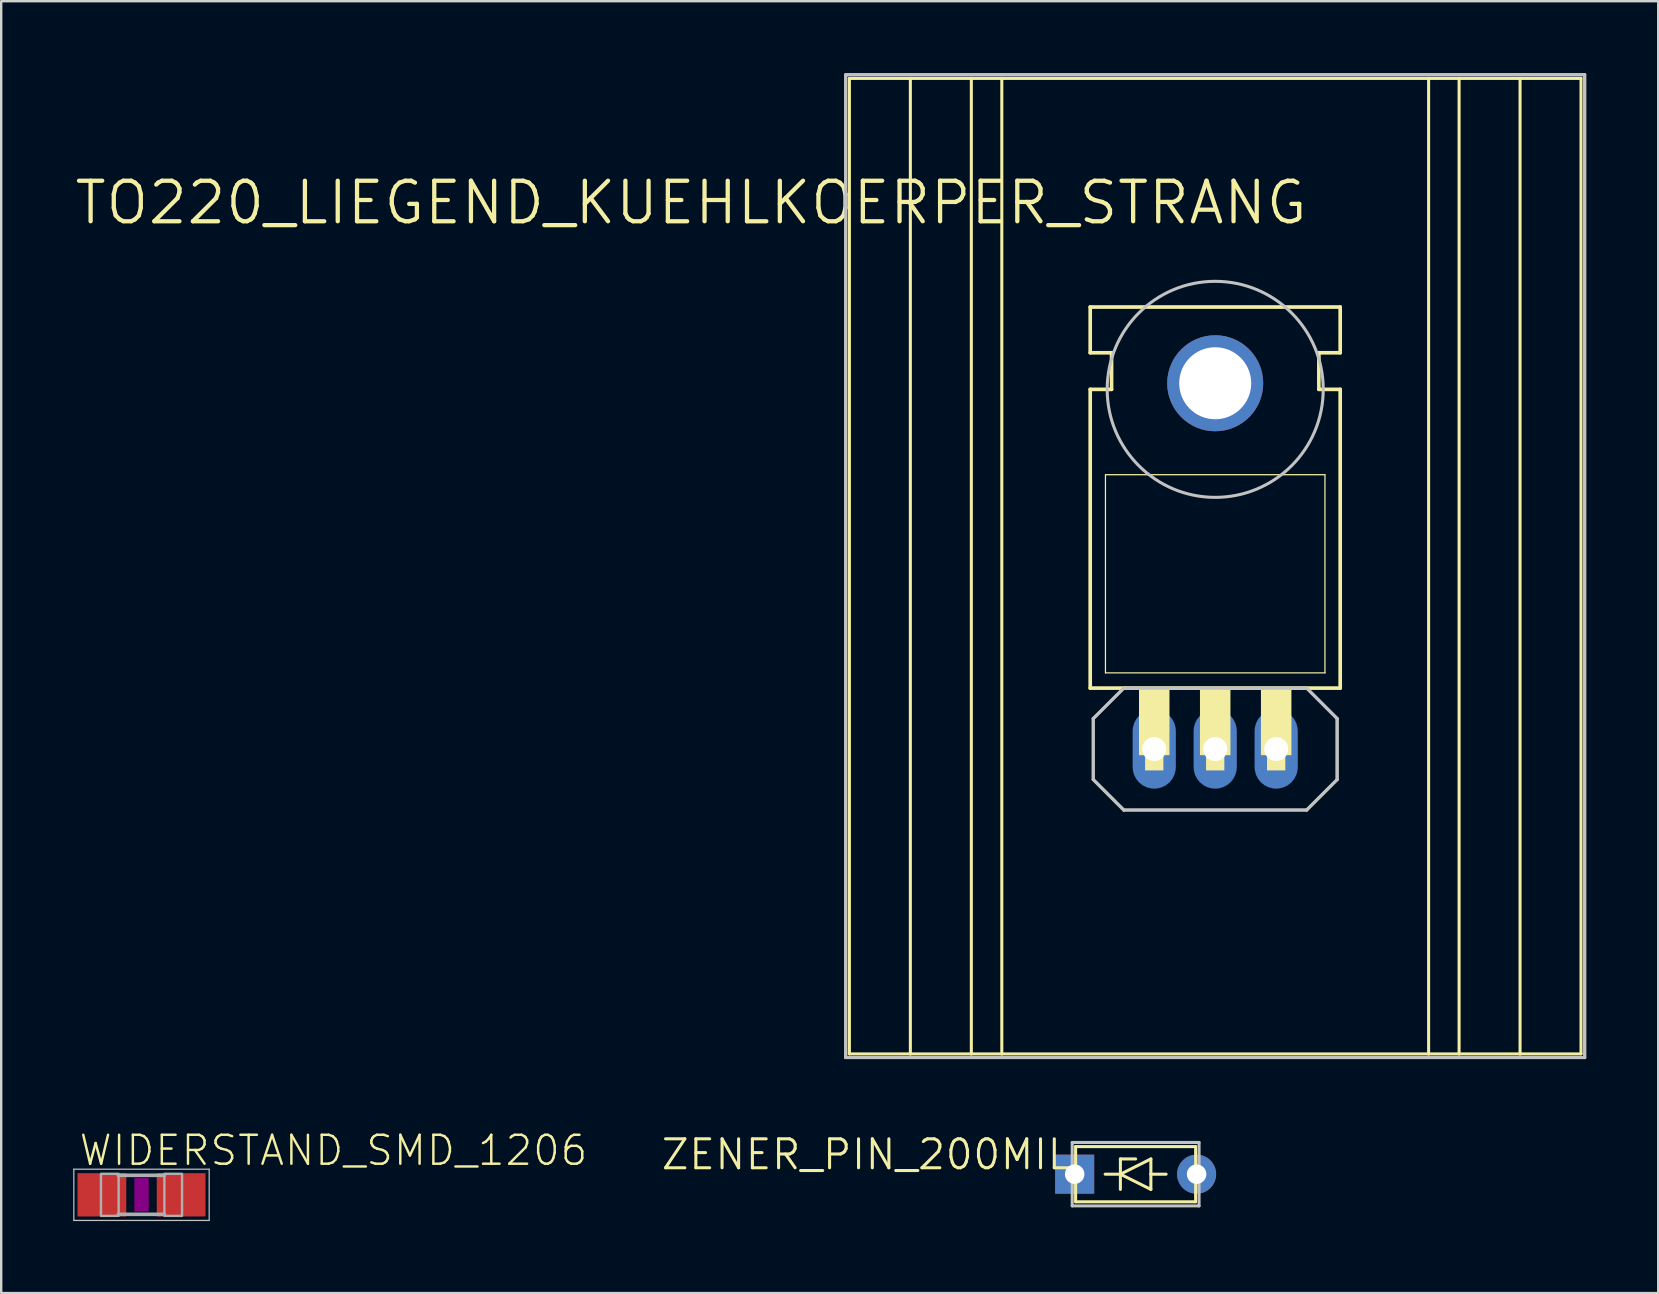
<source format=kicad_pcb>
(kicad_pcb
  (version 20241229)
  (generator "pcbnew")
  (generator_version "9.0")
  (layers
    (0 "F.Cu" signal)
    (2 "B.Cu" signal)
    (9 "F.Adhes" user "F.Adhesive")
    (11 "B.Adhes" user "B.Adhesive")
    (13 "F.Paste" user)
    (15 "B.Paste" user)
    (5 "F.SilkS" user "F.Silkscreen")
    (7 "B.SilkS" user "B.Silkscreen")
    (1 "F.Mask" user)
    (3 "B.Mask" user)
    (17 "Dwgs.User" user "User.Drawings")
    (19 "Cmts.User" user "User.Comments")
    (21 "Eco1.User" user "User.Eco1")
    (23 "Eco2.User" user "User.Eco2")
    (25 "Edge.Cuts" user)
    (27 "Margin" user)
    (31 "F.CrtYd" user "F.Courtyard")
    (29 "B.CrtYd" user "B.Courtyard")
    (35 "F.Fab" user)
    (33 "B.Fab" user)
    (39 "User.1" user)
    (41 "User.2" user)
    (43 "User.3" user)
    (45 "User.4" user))
  (footprint "WIDERSTAND_SMD_1206"
    (layer "F.Cu")
    (at 2.845 46.726)
    (property "Reference" "WIDERSTAND_SMD_1206" (at -2.667 -1.143 0) (layer "F.SilkS") (effects (font (size 1.206 1.206) (thickness 0.102)) (justify left bottom)))
    (attr through_hole)
    (fp_poly (pts (xy -0.3 0.7) (xy 0.3 0.7) (xy 0.3 -0.7) (xy -0.3 -0.7)) (stroke (width 0) (type solid)) (fill yes) (layer "F.Adhes"))
    (fp_line (start -2.819 -1.067) (end 2.819 -1.067) (stroke (width 0.051) (type solid)) (layer "Dwgs.User"))
    (fp_line (start -2.819 1.067) (end -2.819 -1.067) (stroke (width 0.051) (type solid)) (layer "Dwgs.User"))
    (fp_line (start 2.819 -1.067) (end 2.819 1.067) (stroke (width 0.051) (type solid)) (layer "Dwgs.User"))
    (fp_line (start 2.819 1.067) (end -2.819 1.067) (stroke (width 0.051) (type solid)) (layer "Dwgs.User"))
    (fp_line (start 0.953 -0.813) (end -0.965 -0.813) (stroke (width 0.152) (type solid)) (layer "F.Fab"))
    (fp_line (start 0.953 0.813) (end -0.965 0.813) (stroke (width 0.152) (type solid)) (layer "F.Fab"))
    (fp_poly (pts (xy -1.689 0.876) (xy -0.953 0.876) (xy -0.953 -0.876) (xy -1.689 -0.876)) (stroke (width 0.1) (type solid)) (fill no) (layer "F.Fab"))
    (fp_poly (pts (xy 0.953 0.876) (xy 1.689 0.876) (xy 1.689 -0.876) (xy 0.953 -0.876)) (stroke (width 0.1) (type solid)) (fill no) (layer "F.Fab"))
    (pad "1" smd rect (at -1.651 0) (size 2.032 1.803) (layers "F.Cu" "F.Mask" "F.Paste"))
    (pad "2" smd rect (at 1.651 0) (size 2.032 1.803) (layers "F.Cu" "F.Mask" "F.Paste")))
  (footprint "TO220_LIEGEND_KUEHLKOERPER_STRANG"
    (layer "F.Cu")
    (at 47.575 17.996)
    (property "Reference" "TO220_LIEGEND_KUEHLKOERPER_STRANG" (at 3.937 -13.589 0) (layer "F.SilkS") (effects (font (size 1.689 1.689) (thickness 0.178)) (justify right top)))
    (attr through_hole)
    (fp_line (start -15.24 -17.78) (end -15.24 22.86) (stroke (width 0.127) (type solid)) (layer "F.SilkS"))
    (fp_line (start -15.24 -17.78) (end -12.7 -17.78) (stroke (width 0.127) (type solid)) (layer "F.SilkS"))
    (fp_line (start -15.24 22.86) (end -12.7 22.86) (stroke (width 0.127) (type solid)) (layer "F.SilkS"))
    (fp_line (start -12.7 -17.78) (end -12.7 22.86) (stroke (width 0.127) (type solid)) (layer "F.SilkS"))
    (fp_line (start -12.7 -17.78) (end -10.16 -17.78) (stroke (width 0.127) (type solid)) (layer "F.SilkS"))
    (fp_line (start -12.7 22.86) (end -10.16 22.86) (stroke (width 0.127) (type solid)) (layer "F.SilkS"))
    (fp_line (start -10.16 -17.78) (end -10.16 22.86) (stroke (width 0.127) (type solid)) (layer "F.SilkS"))
    (fp_line (start -10.16 -17.78) (end -8.89 -17.78) (stroke (width 0.127) (type solid)) (layer "F.SilkS"))
    (fp_line (start -10.16 22.86) (end -8.89 22.86) (stroke (width 0.127) (type solid)) (layer "F.SilkS"))
    (fp_line (start -8.89 -17.78) (end -8.89 22.86) (stroke (width 0.127) (type solid)) (layer "F.SilkS"))
    (fp_line (start -8.89 -17.78) (end 8.89 -17.78) (stroke (width 0.127) (type solid)) (layer "F.SilkS"))
    (fp_line (start -8.89 22.86) (end 8.89 22.86) (stroke (width 0.127) (type solid)) (layer "F.SilkS"))
    (fp_line (start -5.207 -6.35) (end -5.207 -8.255) (stroke (width 0.152) (type solid)) (layer "F.SilkS"))
    (fp_line (start -5.207 -4.826) (end -4.318 -4.826) (stroke (width 0.152) (type solid)) (layer "F.SilkS"))
    (fp_line (start -5.207 7.62) (end -5.207 -4.826) (stroke (width 0.152) (type solid)) (layer "F.SilkS"))
    (fp_line (start -5.207 7.62) (end 5.207 7.62) (stroke (width 0.152) (type solid)) (layer "F.SilkS"))
    (fp_line (start -4.572 6.985) (end -4.572 -1.27) (stroke (width 0.051) (type solid)) (layer "F.SilkS"))
    (fp_line (start -4.572 6.985) (end 4.572 6.985) (stroke (width 0.051) (type solid)) (layer "F.SilkS"))
    (fp_line (start -4.318 -6.35) (end -5.207 -6.35) (stroke (width 0.152) (type solid)) (layer "F.SilkS"))
    (fp_line (start -4.318 -4.826) (end -4.318 -6.35) (stroke (width 0.152) (type solid)) (layer "F.SilkS"))
    (fp_line (start 4.318 -6.35) (end 5.207 -6.35) (stroke (width 0.152) (type solid)) (layer "F.SilkS"))
    (fp_line (start 4.318 -4.826) (end 4.318 -6.35) (stroke (width 0.152) (type solid)) (layer "F.SilkS"))
    (fp_line (start 4.572 -1.27) (end -4.572 -1.27) (stroke (width 0.051) (type solid)) (layer "F.SilkS"))
    (fp_line (start 4.572 -1.27) (end 4.572 6.985) (stroke (width 0.051) (type solid)) (layer "F.SilkS"))
    (fp_line (start 5.207 -8.255) (end -5.207 -8.255) (stroke (width 0.152) (type solid)) (layer "F.SilkS"))
    (fp_line (start 5.207 -6.35) (end 5.207 -8.255) (stroke (width 0.152) (type solid)) (layer "F.SilkS"))
    (fp_line (start 5.207 -4.826) (end 4.318 -4.826) (stroke (width 0.152) (type solid)) (layer "F.SilkS"))
    (fp_line (start 5.207 7.62) (end 5.207 -4.826) (stroke (width 0.152) (type solid)) (layer "F.SilkS"))
    (fp_line (start 8.89 -17.78) (end 8.89 22.86) (stroke (width 0.127) (type solid)) (layer "F.SilkS"))
    (fp_line (start 8.89 -17.78) (end 10.16 -17.78) (stroke (width 0.127) (type solid)) (layer "F.SilkS"))
    (fp_line (start 8.89 22.86) (end 10.16 22.86) (stroke (width 0.127) (type solid)) (layer "F.SilkS"))
    (fp_line (start 10.16 -17.78) (end 10.16 22.86) (stroke (width 0.127) (type solid)) (layer "F.SilkS"))
    (fp_line (start 10.16 -17.78) (end 12.7 -17.78) (stroke (width 0.127) (type solid)) (layer "F.SilkS"))
    (fp_line (start 10.16 22.86) (end 12.7 22.86) (stroke (width 0.127) (type solid)) (layer "F.SilkS"))
    (fp_line (start 12.7 -17.78) (end 12.7 22.86) (stroke (width 0.127) (type solid)) (layer "F.SilkS"))
    (fp_line (start 12.7 -17.78) (end 15.24 -17.78) (stroke (width 0.127) (type solid)) (layer "F.SilkS"))
    (fp_line (start 12.7 22.86) (end 15.24 22.86) (stroke (width 0.127) (type solid)) (layer "F.SilkS"))
    (fp_line (start 15.24 -17.78) (end 15.24 22.86) (stroke (width 0.127) (type solid)) (layer "F.SilkS"))
    (fp_poly (pts (xy -3.175 10.414) (xy -1.905 10.414) (xy -1.905 7.62) (xy -3.175 7.62)) (stroke (width 0) (type solid)) (fill yes) (layer "F.SilkS"))
    (fp_poly (pts (xy -2.921 11.049) (xy -2.159 11.049) (xy -2.159 10.414) (xy -2.921 10.414)) (stroke (width 0) (type solid)) (fill yes) (layer "F.SilkS"))
    (fp_poly (pts (xy -0.635 10.414) (xy 0.635 10.414) (xy 0.635 7.62) (xy -0.635 7.62)) (stroke (width 0) (type solid)) (fill yes) (layer "F.SilkS"))
    (fp_poly (pts (xy -0.381 11.049) (xy 0.381 11.049) (xy 0.381 10.414) (xy -0.381 10.414)) (stroke (width 0) (type solid)) (fill yes) (layer "F.SilkS"))
    (fp_poly (pts (xy 1.905 10.414) (xy 3.175 10.414) (xy 3.175 7.62) (xy 1.905 7.62)) (stroke (width 0) (type solid)) (fill yes) (layer "F.SilkS"))
    (fp_poly (pts (xy 2.159 11.049) (xy 2.921 11.049) (xy 2.921 10.414) (xy 2.159 10.414)) (stroke (width 0) (type solid)) (fill yes) (layer "F.SilkS"))
    (fp_line (start -15.392 -17.932) (end -15.392 23.012) (stroke (width 0.127) (type solid)) (layer "Dwgs.User"))
    (fp_line (start -15.392 -17.932) (end -15.392 23.012) (stroke (width 0.127) (type solid)) (layer "Dwgs.User"))
    (fp_line (start -15.392 23.012) (end 15.392 23.012) (stroke (width 0.127) (type solid)) (layer "Dwgs.User"))
    (fp_line (start -15.392 23.012) (end 15.392 23.012) (stroke (width 0.127) (type solid)) (layer "Dwgs.User"))
    (fp_line (start -5.08 8.89) (end -5.08 11.43) (stroke (width 0.127) (type solid)) (layer "Dwgs.User"))
    (fp_line (start -5.08 8.89) (end -5.08 11.43) (stroke (width 0.127) (type solid)) (layer "Dwgs.User"))
    (fp_line (start -5.08 11.43) (end -3.81 12.7) (stroke (width 0.127) (type solid)) (layer "Dwgs.User"))
    (fp_line (start -5.08 11.43) (end -3.81 12.7) (stroke (width 0.127) (type solid)) (layer "Dwgs.User"))
    (fp_line (start -3.81 7.62) (end -5.08 8.89) (stroke (width 0.127) (type solid)) (layer "Dwgs.User"))
    (fp_line (start -3.81 7.62) (end -5.08 8.89) (stroke (width 0.127) (type solid)) (layer "Dwgs.User"))
    (fp_line (start -3.81 12.7) (end 3.81 12.7) (stroke (width 0.127) (type solid)) (layer "Dwgs.User"))
    (fp_line (start -3.81 12.7) (end 3.81 12.7) (stroke (width 0.127) (type solid)) (layer "Dwgs.User"))
    (fp_line (start 3.81 7.62) (end -3.81 7.62) (stroke (width 0.127) (type solid)) (layer "Dwgs.User"))
    (fp_line (start 3.81 7.62) (end -3.81 7.62) (stroke (width 0.127) (type solid)) (layer "Dwgs.User"))
    (fp_line (start 3.81 12.7) (end 5.08 11.43) (stroke (width 0.127) (type solid)) (layer "Dwgs.User"))
    (fp_line (start 3.81 12.7) (end 5.08 11.43) (stroke (width 0.127) (type solid)) (layer "Dwgs.User"))
    (fp_line (start 5.08 8.89) (end 3.81 7.62) (stroke (width 0.127) (type solid)) (layer "Dwgs.User"))
    (fp_line (start 5.08 8.89) (end 3.81 7.62) (stroke (width 0.127) (type solid)) (layer "Dwgs.User"))
    (fp_line (start 5.08 11.43) (end 5.08 8.89) (stroke (width 0.127) (type solid)) (layer "Dwgs.User"))
    (fp_line (start 5.08 11.43) (end 5.08 8.89) (stroke (width 0.127) (type solid)) (layer "Dwgs.User"))
    (fp_line (start 15.392 -17.932) (end -15.392 -17.932) (stroke (width 0.127) (type solid)) (layer "Dwgs.User"))
    (fp_line (start 15.392 -17.932) (end -15.392 -17.932) (stroke (width 0.127) (type solid)) (layer "Dwgs.User"))
    (fp_line (start 15.392 23.012) (end 15.392 -17.932) (stroke (width 0.127) (type solid)) (layer "Dwgs.User"))
    (fp_line (start 15.392 23.012) (end 15.392 -17.932) (stroke (width 0.127) (type solid)) (layer "Dwgs.User"))
    (fp_circle (center 0 -4.826) (end 4.5 -4.826) (stroke (width 0.127) (type solid)) (fill no) (layer "Dwgs.User"))
    (pad "" np_thru_hole circle (at -2.54 10.16) (size 1 1) (drill 1) (layers "*.Cu"))
    (pad "" np_thru_hole circle (at 0 10.16) (size 1 1) (drill 1) (layers "*.Cu"))
    (pad "" np_thru_hole circle (at 2.54 10.16) (size 1 1) (drill 1) (layers "*.Cu"))
    (pad "1" smd roundrect (at -2.54 10.16 90) (size 3.3 1.8) (layers "B.Cu" "B.Mask" "B.Paste") (roundrect_rratio 0.5))
    (pad "2" smd roundrect (at 0 10.16 90) (size 3.3 1.8) (layers "B.Cu" "B.Mask" "B.Paste") (roundrect_rratio 0.5))
    (pad "3" smd roundrect (at 2.54 10.16 90) (size 3.3 1.8) (layers "B.Cu" "B.Mask" "B.Paste") (roundrect_rratio 0.5))
    (pad "P$1" thru_hole circle (at 0 -5.08) (size 4 4) (drill 3) (layers "*.Cu" "*.Mask")))
  (footprint "ZENER_PIN_200MIL"
    (layer "F.Cu")
    (at 44.26 45.866)
    (property "Reference" "ZENER_PIN_200MIL" (at -2.616 -1.524 0) (layer "F.SilkS") (effects (font (size 1.206 1.206) (thickness 0.127)) (justify right top)))
    (attr through_hole)
    (fp_line (start -2.5 -1.15) (end 2.5 -1.15) (stroke (width 0.127) (type solid)) (layer "F.SilkS"))
    (fp_line (start -2.5 1.15) (end -2.5 -1.15) (stroke (width 0.127) (type solid)) (layer "F.SilkS"))
    (fp_line (start -0.635 -0.635) (end -0.635 0) (stroke (width 0.127) (type solid)) (layer "F.SilkS"))
    (fp_line (start -0.635 -0.635) (end 0 -0.635) (stroke (width 0.127) (type solid)) (layer "F.SilkS"))
    (fp_line (start -0.635 0) (end -1.27 0) (stroke (width 0.127) (type solid)) (layer "F.SilkS"))
    (fp_line (start -0.635 0) (end -0.635 0.635) (stroke (width 0.127) (type solid)) (layer "F.SilkS"))
    (fp_line (start -0.635 0) (end 0.635 -0.635) (stroke (width 0.127) (type solid)) (layer "F.SilkS"))
    (fp_line (start 0.635 -0.635) (end 0.635 0) (stroke (width 0.127) (type solid)) (layer "F.SilkS"))
    (fp_line (start 0.635 0) (end 0.635 0.635) (stroke (width 0.127) (type solid)) (layer "F.SilkS"))
    (fp_line (start 0.635 0) (end 1.27 0) (stroke (width 0.127) (type solid)) (layer "F.SilkS"))
    (fp_line (start 0.635 0.635) (end -0.635 0) (stroke (width 0.127) (type solid)) (layer "F.SilkS"))
    (fp_line (start 2.5 -1.15) (end 2.5 1.15) (stroke (width 0.127) (type solid)) (layer "F.SilkS"))
    (fp_line (start 2.5 1.15) (end -2.5 1.15) (stroke (width 0.127) (type solid)) (layer "F.SilkS"))
    (fp_line (start -2.642 -1.321) (end -2.642 1.321) (stroke (width 0.127) (type solid)) (layer "Dwgs.User"))
    (fp_line (start -2.642 1.321) (end 2.642 1.321) (stroke (width 0.127) (type solid)) (layer "Dwgs.User"))
    (fp_line (start 2.642 -1.321) (end -2.642 -1.321) (stroke (width 0.127) (type solid)) (layer "Dwgs.User"))
    (fp_line (start 2.642 1.321) (end 2.642 -1.321) (stroke (width 0.127) (type solid)) (layer "Dwgs.User"))
    (pad "A" thru_hole circle (at 2.54 0) (size 1.626 1.626) (drill 0.813) (layers "*.Cu" "*.Mask"))
    (pad "K" thru_hole rect (at -2.54 0) (size 1.626 1.626) (drill 0.813) (layers "*.Cu" "*.Mask")))
  (gr_rect
    (start -3 -3)
    (end 66.031 50.818)
    (stroke (width 0.1) (type default))
    (fill no)
    (layer "Edge.Cuts")))
</source>
